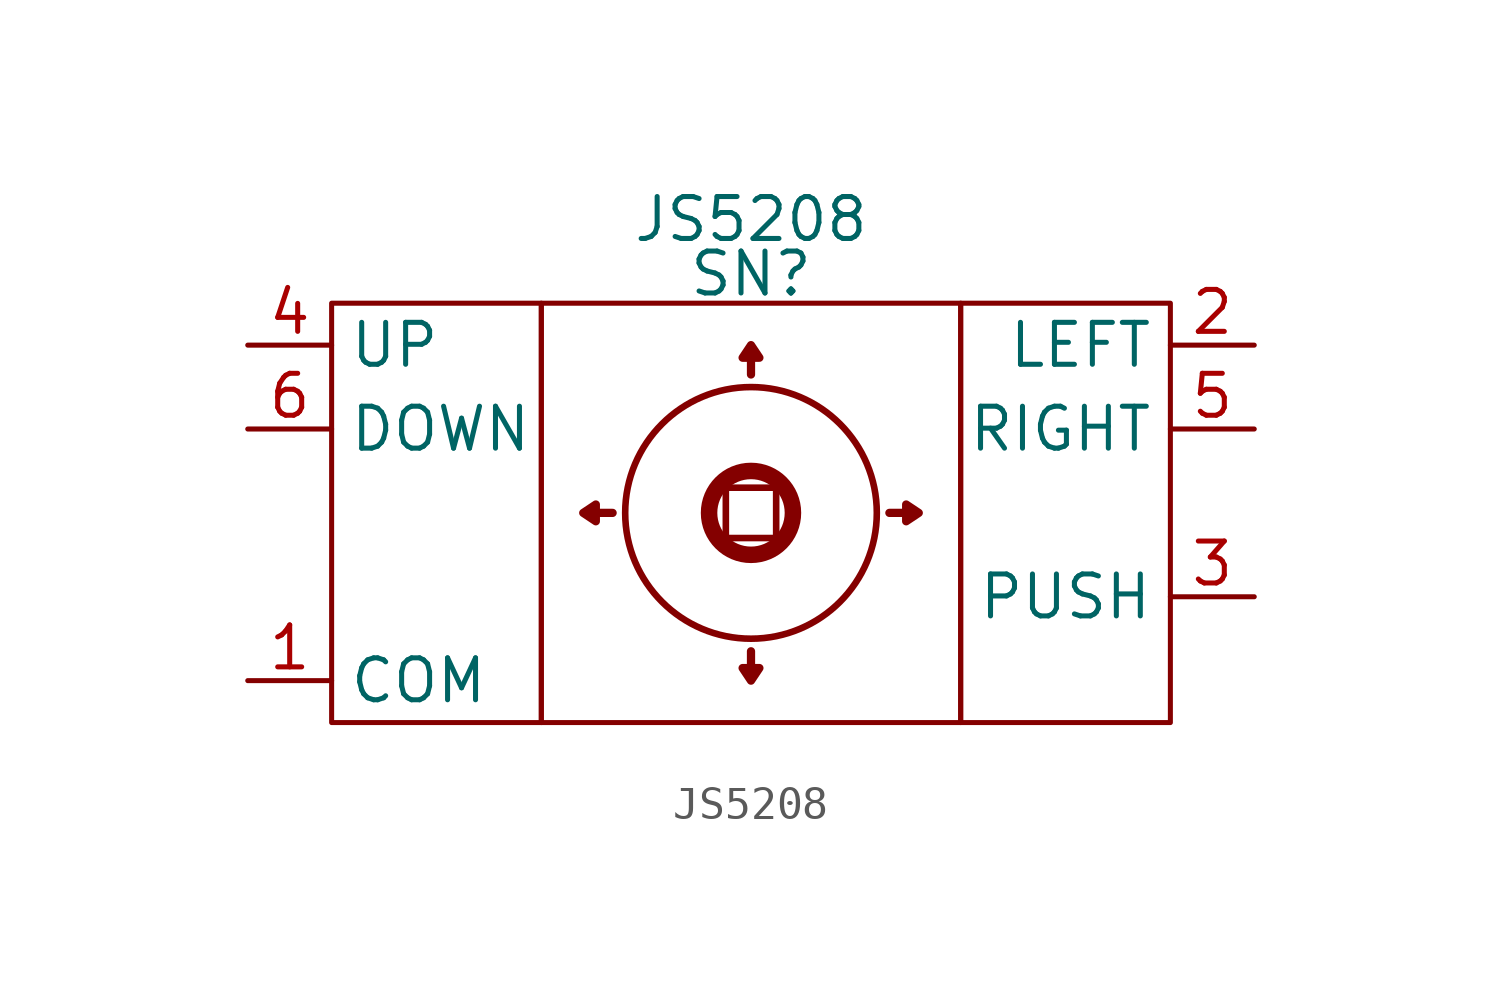
<source format=kicad_sym>
(kicad_symbol_lib
  (version 20220914)
  (generator kicad_symbol_editor)
  (symbol "JS5208"
    (property "Reference" "SN"
      (at 12.7 0.889 0)
      (effects (font (size 1.27 1.27))))
    (property "Value" "JS5208"
      (at 12.7 2.54 0)
      (effects (font (size 1.27 1.27))))
    (symbol "JS5208_0_0"
      (pin passive line (at -2.54 -11.43 0) (length 2.54) (name "COM" (effects (font (size 1.27 1.27)))) (number "1" (effects (font (size 1.27 1.27)))))
      (pin passive line (at 27.94 -1.27 180) (length 2.54) (name "LEFT" (effects (font (size 1.27 1.27)))) (number "2" (effects (font (size 1.27 1.27)))))
      (pin passive line (at 27.94 -8.89 180) (length 2.54) (name "PUSH" (effects (font (size 1.27 1.27)))) (number "3" (effects (font (size 1.27 1.27)))))
      (pin passive line (at -2.54 -1.27 0) (length 2.54) (name "UP" (effects (font (size 1.27 1.27)))) (number "4" (effects (font (size 1.27 1.27)))))
      (pin passive line (at 27.94 -3.81 180) (length 2.54) (name "RIGHT" (effects (font (size 1.27 1.27)))) (number "5" (effects (font (size 1.27 1.27)))))
      (pin passive line (at -2.54 -3.81 0) (length 2.54) (name "DOWN" (effects (font (size 1.27 1.27)))) (number "6" (effects (font (size 1.27 1.27))))))
    (symbol "JS5208_0_1"
      (polyline (pts (xy 8.509 -6.35) (xy 7.62 -6.35) (xy 8.001 -6.604) (xy 8.001 -6.096) (xy 7.62 -6.35)) (stroke (width 0.25) (type default)) (fill (type none)))
      (polyline (pts (xy 12.7 -10.541) (xy 12.7 -11.43) (xy 12.954 -11.049) (xy 12.446 -11.049) (xy 12.7 -11.43)) (stroke (width 0.25) (type default)) (fill (type none)))
      (polyline (pts (xy 12.7 -2.159) (xy 12.7 -1.27) (xy 12.446 -1.651) (xy 12.954 -1.651) (xy 12.7 -1.27)) (stroke (width 0.25) (type default)) (fill (type none)))
      (polyline (pts (xy 16.891 -6.35) (xy 17.78 -6.35) (xy 17.399 -6.096) (xy 17.399 -6.604) (xy 17.78 -6.35)) (stroke (width 0.25) (type default)) (fill (type none)))
      (rectangle (start 0 0) (end 6.35 -12.7) (stroke (width 0) (type default)) (fill (type none)))
      (rectangle (start 6.35 0) (end 19.05 -12.7) (stroke (width 0) (type default)) (fill (type none)))
      (rectangle (start 11.938 -5.588) (end 13.462 -7.112) (stroke (width 0.2) (type default)) (fill (type none)))
      (circle (center 12.7 -6.35) (radius 1.27) (stroke (width 0.5) (type default)) (fill (type none)))
      (circle (center 12.7 -6.35) (radius 3.81) (stroke (width 0.2) (type default)) (fill (type none)))
      (rectangle (start 19.05 0) (end 25.4 -12.7) (stroke (width 0) (type default)) (fill (type none))))))
</source>
